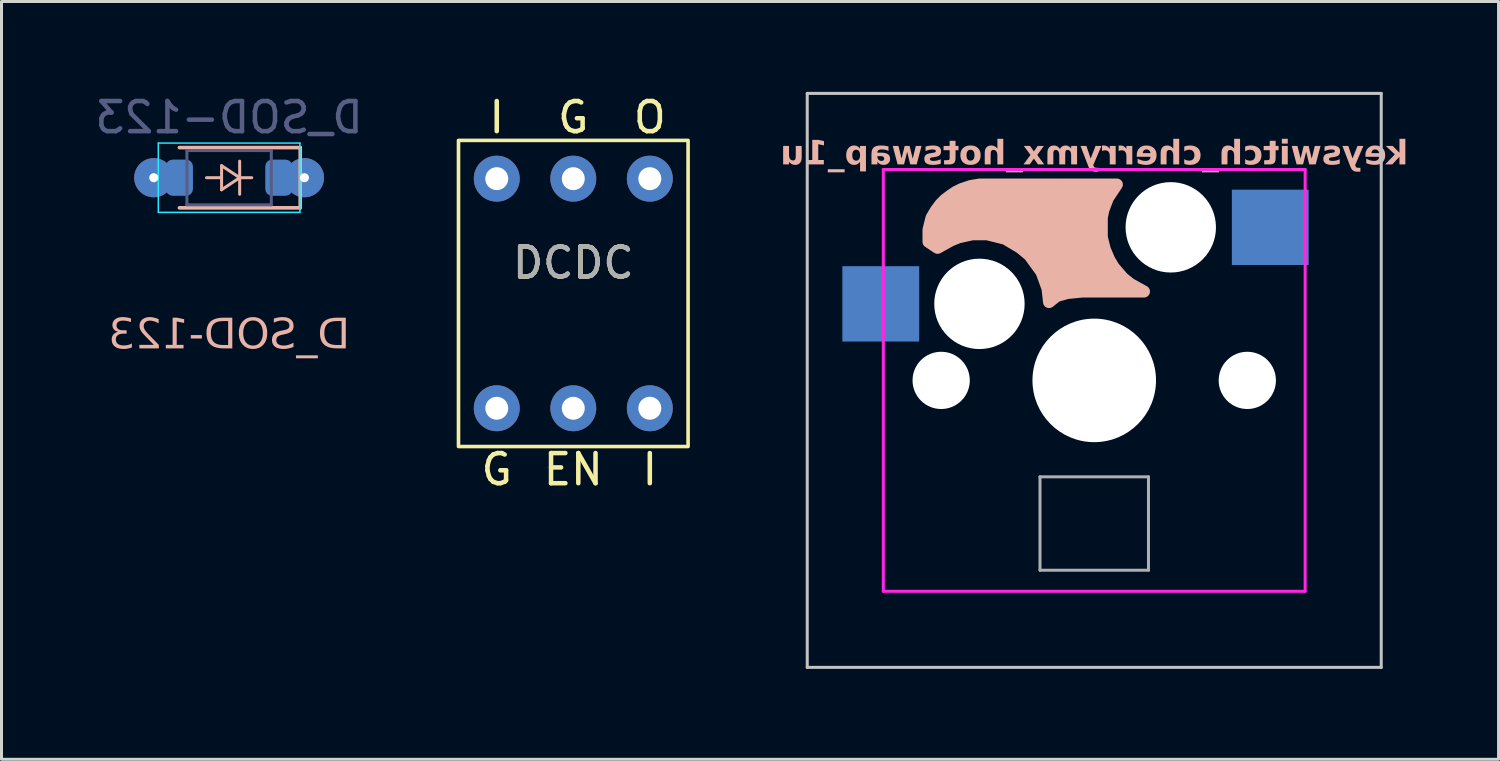
<source format=kicad_pcb>
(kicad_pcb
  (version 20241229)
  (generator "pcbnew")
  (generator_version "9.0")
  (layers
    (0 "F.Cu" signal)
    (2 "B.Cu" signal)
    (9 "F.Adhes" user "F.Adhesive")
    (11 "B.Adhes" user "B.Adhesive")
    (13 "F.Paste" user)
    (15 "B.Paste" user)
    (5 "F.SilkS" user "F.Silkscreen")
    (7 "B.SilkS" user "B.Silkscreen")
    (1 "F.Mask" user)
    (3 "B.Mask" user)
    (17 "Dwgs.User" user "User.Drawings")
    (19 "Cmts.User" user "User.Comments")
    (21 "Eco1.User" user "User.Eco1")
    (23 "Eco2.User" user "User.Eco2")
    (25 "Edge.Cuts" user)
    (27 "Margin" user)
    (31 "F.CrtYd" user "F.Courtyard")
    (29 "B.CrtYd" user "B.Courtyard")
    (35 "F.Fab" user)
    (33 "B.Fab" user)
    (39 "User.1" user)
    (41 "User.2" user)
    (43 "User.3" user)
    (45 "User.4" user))
  (footprint "keyswitch_cherrymx_hotswap_1u"
    (layer "F.Cu")
    (at 33.267 9.575)
    (property "Reference" "keyswitch_cherrymx_hotswap_1u" (at 0 -7.5 0) (layer "B.SilkS") (effects (font (face "東亜重工 R") (size 0.8 0.8) (thickness 0.1) (bold yes)) (justify mirror)))
    (attr smd)
    (fp_poly (pts (xy -3.6 -6.5) (xy -3.8 -6.5) (xy -4.1 -6.45) (xy -4.4 -6.35) (xy -4.6 -6.25) (xy -4.75 -6.15) (xy -4.95 -6) (xy -5.1 -5.85) (xy -5.25 -5.65) (xy -5.4 -5.4) (xy -5.5 -5) (xy -5.5 -4.6) (xy -5.35 -4.5) (xy -5.2 -4.4) (xy -4.75 -4.65) (xy -4.5 -4.75) (xy -4.05 -4.85) (xy -3.55 -4.85) (xy -2.95 -4.7) (xy -2.45 -4.4) (xy -2.15 -4.15) (xy -1.75 -3.6) (xy -1.55 -3.05) (xy -1.5 -2.6) (xy -1.25 -2.8) (xy -0.9 -2.9) (xy -0.4 -2.95) (xy 1.65 -2.95) (xy 1.2 -3.2) (xy 0.95 -3.4) (xy 0.65 -3.75) (xy 0.5 -4) (xy 0.35 -4.35) (xy 0.25 -4.75) (xy 0.25 -5.05) (xy 0.25 -5.4) (xy 0.3 -5.65) (xy 0.45 -6.05) (xy 0.75 -6.5)) (stroke (width 0.4) (type solid)) (fill yes) (layer "B.SilkS"))
    (fp_line (start -9.525 -9.525) (end -9.525 9.525) (stroke (width 0.1) (type solid)) (layer "Dwgs.User"))
    (fp_line (start -9.525 9.525) (end 9.525 9.525) (stroke (width 0.1) (type solid)) (layer "Dwgs.User"))
    (fp_line (start 9.525 -9.525) (end -9.525 -9.525) (stroke (width 0.1) (type solid)) (layer "Dwgs.User"))
    (fp_line (start 9.525 9.525) (end 9.525 -9.525) (stroke (width 0.1) (type solid)) (layer "Dwgs.User"))
    (fp_line (start -7 7) (end -7 -7) (stroke (width 0.1) (type default)) (layer "F.CrtYd"))
    (fp_line (start 7 -7) (end -7 -7) (stroke (width 0.1) (type default)) (layer "F.CrtYd"))
    (fp_line (start 7 -7) (end 7 7) (stroke (width 0.1) (type default)) (layer "F.CrtYd"))
    (fp_line (start 7 7) (end -7 7) (stroke (width 0.1) (type default)) (layer "F.CrtYd"))
    (fp_line (start -1.8 6.3) (end -1.8 3.2) (stroke (width 0.1) (type default)) (layer "F.Fab"))
    (fp_line (start 1.8 3.2) (end -1.8 3.2) (stroke (width 0.1) (type default)) (layer "F.Fab"))
    (fp_line (start 1.8 6.3) (end -1.8 6.3) (stroke (width 0.1) (type default)) (layer "F.Fab"))
    (fp_line (start 1.8 6.3) (end 1.8 3.2) (stroke (width 0.1) (type default)) (layer "F.Fab"))
    (pad "" np_thru_hole circle (at -5.08 0) (size 1.9 1.9) (drill 1.9) (layers "*.Cu" "*.Mask"))
    (pad "" np_thru_hole circle (at -3.81 -2.54) (size 3 3) (drill 3) (layers "*.Cu" "*.Mask"))
    (pad "" np_thru_hole circle (at 0 0 90) (size 4.1 4.1) (drill 4.1) (layers "*.Cu" "*.Mask"))
    (pad "" np_thru_hole circle (at 2.54 -5.08) (size 3 3) (drill 3) (layers "*.Cu" "*.Mask"))
    (pad "" np_thru_hole circle (at 5.08 0) (size 1.9 1.9) (drill 1.9) (layers "*.Cu" "*.Mask"))
    (pad "1" smd rect (at -7.085 -2.54 180) (size 2.55 2.5) (layers "B.Cu" "B.Mask" "B.Paste"))
    (pad "2" smd rect (at 5.842 -5.08 180) (size 2.55 2.5) (layers "B.Cu" "B.Mask" "B.Paste")))
  (footprint "D_SOD-123"
    (layer "F.Cu")
    (at 4.554 2.848)
    (property "Reference" "D_SOD-123" (at 0 5.25 0) (layer "B.SilkS") (effects (font (face "東亜重工 R") (size 1 1) (thickness 0.15)) (justify mirror)))
    (attr through_hole)
    (fp_line (start -1.65 -1) (end 2.36 -1) (stroke (width 0.12) (type solid)) (layer "B.SilkS"))
    (fp_line (start -1.65 1) (end 2.36 1) (stroke (width 0.12) (type solid)) (layer "B.SilkS"))
    (fp_line (start -0.75 0) (end -0.25 0) (stroke (width 0.1) (type solid)) (layer "B.SilkS"))
    (fp_line (start -0.25 -0.4) (end 0.35 0) (stroke (width 0.1) (type solid)) (layer "B.SilkS"))
    (fp_line (start -0.25 0.4) (end -0.25 -0.4) (stroke (width 0.1) (type solid)) (layer "B.SilkS"))
    (fp_line (start 0.35 -0.55) (end 0.35 0) (stroke (width 0.1) (type solid)) (layer "B.SilkS"))
    (fp_line (start 0.35 0) (end -0.25 0.4) (stroke (width 0.1) (type solid)) (layer "B.SilkS"))
    (fp_line (start 0.35 0) (end 0.75 0) (stroke (width 0.1) (type solid)) (layer "B.SilkS"))
    (fp_line (start 0.35 0.55) (end 0.35 0) (stroke (width 0.1) (type solid)) (layer "B.SilkS"))
    (fp_line (start 2.36 1) (end 2.36 -1) (stroke (width 0.12) (type solid)) (layer "B.SilkS"))
    (fp_line (start -2.35 -1.15) (end 2.35 -1.15) (stroke (width 0.05) (type solid)) (layer "B.CrtYd"))
    (fp_line (start -2.35 1.15) (end -2.35 -1.15) (stroke (width 0.05) (type solid)) (layer "B.CrtYd"))
    (fp_line (start 2.35 1.15) (end -2.35 1.15) (stroke (width 0.05) (type solid)) (layer "B.CrtYd"))
    (fp_line (start 2.35 1.15) (end 2.35 -1.15) (stroke (width 0.05) (type solid)) (layer "B.CrtYd"))
    (fp_line (start -1.4 -0.9) (end 1.4 -0.9) (stroke (width 0.1) (type solid)) (layer "B.Fab"))
    (fp_line (start -1.4 0.9) (end -1.4 -0.9) (stroke (width 0.1) (type solid)) (layer "B.Fab"))
    (fp_line (start 1.4 -0.9) (end 1.4 0.9) (stroke (width 0.1) (type solid)) (layer "B.Fab"))
    (fp_line (start 1.4 0.9) (end -1.4 0.9) (stroke (width 0.1) (type solid)) (layer "B.Fab"))
    (fp_text user "${REFERENCE}" (at 0 -2 0) (layer "B.Fab") (effects (font (size 1 1) (thickness 0.15)) (justify mirror)))
    (pad "1" smd roundrect (at 1.65 0) (size 0.9 1.2) (layers "B.Cu" "B.Mask" "B.Paste") (roundrect_rratio 0.25))
    (pad "1" thru_hole circle (at 2.5 0) (size 1.3 1.3) (drill 0.3) (layers "*.Cu" "*.Mask"))
    (pad "2" thru_hole circle (at -2.5 0) (size 1.3 1.3) (drill 0.3) (layers "*.Cu" "*.Mask"))
    (pad "2" smd roundrect (at -1.65 0) (size 0.9 1.2) (layers "B.Cu" "B.Mask" "B.Paste") (roundrect_rratio 0.25)))
  (footprint "DCDC"
    (layer "F.Cu")
    (at 15.977 6.69)
    (property "Reference" "DCDC" (at 0 -1.016 0) (unlocked yes) (layer "F.SilkS") (effects (font (size 1 1) (thickness 0.15))))
    (attr through_hole)
    (fp_rect (start -3.81 -5.08) (end 3.81 5.08) (stroke (width 0.12) (type solid)) (fill no) (layer "F.SilkS"))
    (fp_text user "I" (at 2.54 5.842 0) (unlocked yes) (layer "F.SilkS") (effects (font (size 1 1) (thickness 0.15))))
    (fp_text user "I" (at -2.54 -5.842 0) (unlocked yes) (layer "F.SilkS") (effects (font (size 1 1) (thickness 0.15))))
    (fp_text user "G" (at -2.54 5.842 0) (unlocked yes) (layer "F.SilkS") (effects (font (size 1 1) (thickness 0.15))))
    (fp_text user "EN" (at 0 5.842 0) (unlocked yes) (layer "F.SilkS") (effects (font (size 1 1) (thickness 0.15))))
    (fp_text user "O" (at 2.54 -5.842 0) (unlocked yes) (layer "F.SilkS") (effects (font (size 1 1) (thickness 0.15))))
    (fp_text user "G" (at 0 -5.842 0) (unlocked yes) (layer "F.SilkS") (effects (font (size 1 1) (thickness 0.15))))
    (fp_text user "${REFERENCE}" (at 0 -1.016 0) (unlocked yes) (layer "F.Fab") (effects (font (size 1 1) (thickness 0.15))))
    (pad "1" thru_hole circle (at -2.54 -3.81 90) (size 1.524 1.524) (drill 0.762) (layers "*.Cu" "*.Mask"))
    (pad "2" thru_hole circle (at 0 -3.81 90) (size 1.524 1.524) (drill 0.762) (layers "*.Cu" "*.Mask"))
    (pad "3" thru_hole circle (at 2.54 -3.81 90) (size 1.524 1.524) (drill 0.762) (layers "*.Cu" "*.Mask"))
    (pad "4" thru_hole circle (at -2.54 3.81) (size 1.524 1.524) (drill 0.762) (layers "*.Cu" "*.Mask"))
    (pad "5" thru_hole circle (at 0 3.81) (size 1.524 1.524) (drill 0.762) (layers "*.Cu" "*.Mask"))
    (pad "6" thru_hole circle (at 2.54 3.81) (size 1.524 1.524) (drill 0.762) (layers "*.Cu" "*.Mask")))
  (gr_rect
    (start -3 -3)
    (end 46.686 22.15)
    (stroke (width 0.1) (type default))
    (fill no)
    (layer "Edge.Cuts")))
</source>
